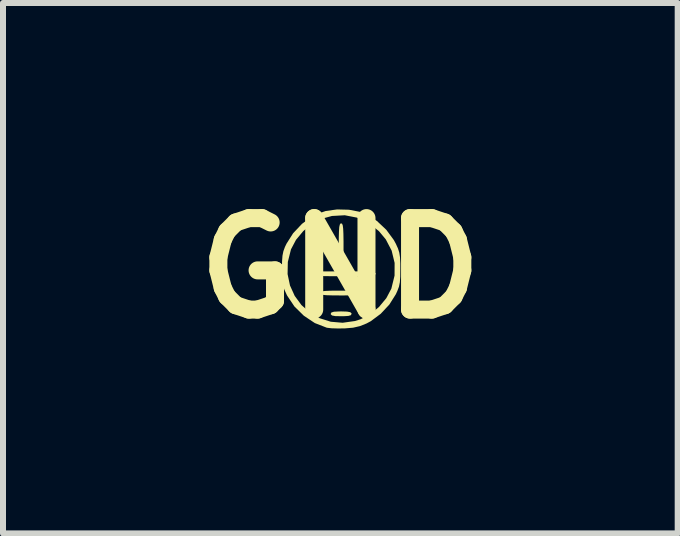
<source format=kicad_pcb>
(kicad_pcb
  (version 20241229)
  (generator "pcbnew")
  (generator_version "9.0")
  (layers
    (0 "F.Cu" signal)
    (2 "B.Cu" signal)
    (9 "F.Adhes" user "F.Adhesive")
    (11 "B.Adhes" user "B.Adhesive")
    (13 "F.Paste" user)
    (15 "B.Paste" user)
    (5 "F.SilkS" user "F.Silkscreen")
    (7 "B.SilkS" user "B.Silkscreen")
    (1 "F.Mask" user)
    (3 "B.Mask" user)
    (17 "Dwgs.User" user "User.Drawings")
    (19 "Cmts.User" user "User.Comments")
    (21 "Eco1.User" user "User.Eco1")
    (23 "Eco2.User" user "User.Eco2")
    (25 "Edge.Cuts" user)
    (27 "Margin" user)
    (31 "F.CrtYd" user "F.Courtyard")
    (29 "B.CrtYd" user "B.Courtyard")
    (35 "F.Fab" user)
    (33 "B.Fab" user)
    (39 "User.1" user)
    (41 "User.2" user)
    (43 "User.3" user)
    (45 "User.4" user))
  (footprint "GND"
    (layer "F.Cu")
    (at 2.62 1.418)
    (property "Reference" "GND" (at 0 0 0) (layer "F.SilkS") (effects (font (size 1.524 1.524) (thickness 0.3))))
    (attr board_only exclude_from_pos_files exclude_from_bom)
    (fp_poly (pts (xy 0.111 0.723) (xy 0.165 0.733) (xy 0.185 0.751) (xy 0.187 0.76) (xy 0.175 0.783) (xy 0.134 0.795) (xy 0.053 0.8) (xy 0.013 0.8) (xy -0.084 0.798) (xy -0.138 0.788) (xy -0.159 0.769) (xy -0.16 0.76) (xy -0.149 0.738) (xy -0.107 0.725) (xy -0.026 0.721) (xy 0.013 0.72)) (stroke (width 0) (type solid)) (fill yes) (layer "F.SilkS"))
    (fp_poly (pts (xy 0.161 0.374) (xy 0.263 0.377) (xy 0.327 0.384) (xy 0.361 0.394) (xy 0.373 0.409) (xy 0.374 0.414) (xy 0.366 0.43) (xy 0.338 0.441) (xy 0.282 0.448) (xy 0.19 0.452) (xy 0.054 0.454) (xy 0.013 0.454) (xy -0.134 0.453) (xy -0.236 0.45) (xy -0.3 0.443) (xy -0.335 0.433) (xy -0.346 0.418) (xy -0.347 0.414) (xy -0.339 0.397) (xy -0.311 0.386) (xy -0.255 0.379) (xy -0.163 0.375) (xy -0.027 0.374) (xy 0.013 0.374)) (stroke (width 0) (type solid)) (fill yes) (layer "F.SilkS"))
    (fp_poly (pts (xy 0.029 -0.74) (xy 0.04 -0.713) (xy 0.047 -0.659) (xy 0.051 -0.572) (xy 0.053 -0.442) (xy 0.053 -0.347) (xy 0.053 0.053) (xy 0.32 0.053) (xy 0.445 0.055) (xy 0.524 0.06) (xy 0.569 0.069) (xy 0.586 0.085) (xy 0.587 0.093) (xy 0.581 0.107) (xy 0.557 0.117) (xy 0.511 0.124) (xy 0.435 0.129) (xy 0.323 0.132) (xy 0.17 0.133) (xy 0.013 0.133) (xy -0.178 0.133) (xy -0.323 0.131) (xy -0.427 0.128) (xy -0.496 0.123) (xy -0.537 0.115) (xy -0.556 0.104) (xy -0.56 0.093) (xy -0.551 0.075) (xy -0.519 0.063) (xy -0.455 0.056) (xy -0.349 0.054) (xy -0.293 0.053) (xy -0.027 0.053) (xy -0.027 -0.347) (xy -0.026 -0.503) (xy -0.023 -0.614) (xy -0.018 -0.686) (xy -0.009 -0.727) (xy 0.004 -0.745) (xy 0.013 -0.747)) (stroke (width 0) (type solid)) (fill yes) (layer "F.SilkS"))
    (fp_poly (pts (xy 0.143 -0.974) (xy 0.326 -0.939) (xy 0.435 -0.897) (xy 0.609 -0.787) (xy 0.766 -0.639) (xy 0.891 -0.469) (xy 0.924 -0.408) (xy 0.96 -0.329) (xy 0.982 -0.259) (xy 0.994 -0.181) (xy 0.999 -0.078) (xy 0.999 0.013) (xy 0.998 0.143) (xy 0.991 0.236) (xy 0.976 0.309) (xy 0.949 0.381) (xy 0.924 0.435) (xy 0.816 0.606) (xy 0.672 0.76) (xy 0.507 0.883) (xy 0.436 0.921) (xy 0.326 0.965) (xy 0.213 0.991) (xy 0.073 1.003) (xy 0.068 1.003) (xy -0.046 1.004) (xy -0.149 1.001) (xy -0.223 0.992) (xy -0.23 0.99) (xy -0.425 0.914) (xy -0.607 0.793) (xy -0.764 0.639) (xy -0.885 0.459) (xy -0.897 0.435) (xy -0.933 0.356) (xy -0.955 0.286) (xy -0.967 0.208) (xy -0.972 0.104) (xy -0.972 0.098) (xy -0.879 0.098) (xy -0.839 0.288) (xy -0.76 0.462) (xy -0.648 0.614) (xy -0.507 0.74) (xy -0.343 0.834) (xy -0.159 0.892) (xy 0.038 0.909) (xy 0.244 0.88) (xy 0.339 0.85) (xy 0.497 0.767) (xy 0.644 0.646) (xy 0.766 0.499) (xy 0.849 0.342) (xy 0.85 0.339) (xy 0.903 0.124) (xy 0.904 -0.088) (xy 0.855 -0.292) (xy 0.757 -0.48) (xy 0.643 -0.617) (xy 0.471 -0.754) (xy 0.279 -0.842) (xy 0.074 -0.882) (xy -0.14 -0.87) (xy -0.312 -0.823) (xy -0.47 -0.741) (xy -0.617 -0.619) (xy -0.739 -0.472) (xy -0.822 -0.315) (xy -0.823 -0.312) (xy -0.875 -0.104) (xy -0.879 0.098) (xy -0.972 0.098) (xy -0.973 0.013) (xy -0.971 -0.116) (xy -0.964 -0.209) (xy -0.949 -0.283) (xy -0.923 -0.354) (xy -0.897 -0.408) (xy -0.787 -0.582) (xy -0.639 -0.739) (xy -0.469 -0.864) (xy -0.408 -0.897) (xy -0.243 -0.953) (xy -0.054 -0.979)) (stroke (width 0) (type solid)) (fill yes) (layer "F.SilkS")))
  (gr_rect
    (start -3 -3)
    (end 8.24 5.836)
    (stroke (width 0.1) (type default))
    (fill no)
    (layer "Edge.Cuts")))
</source>
